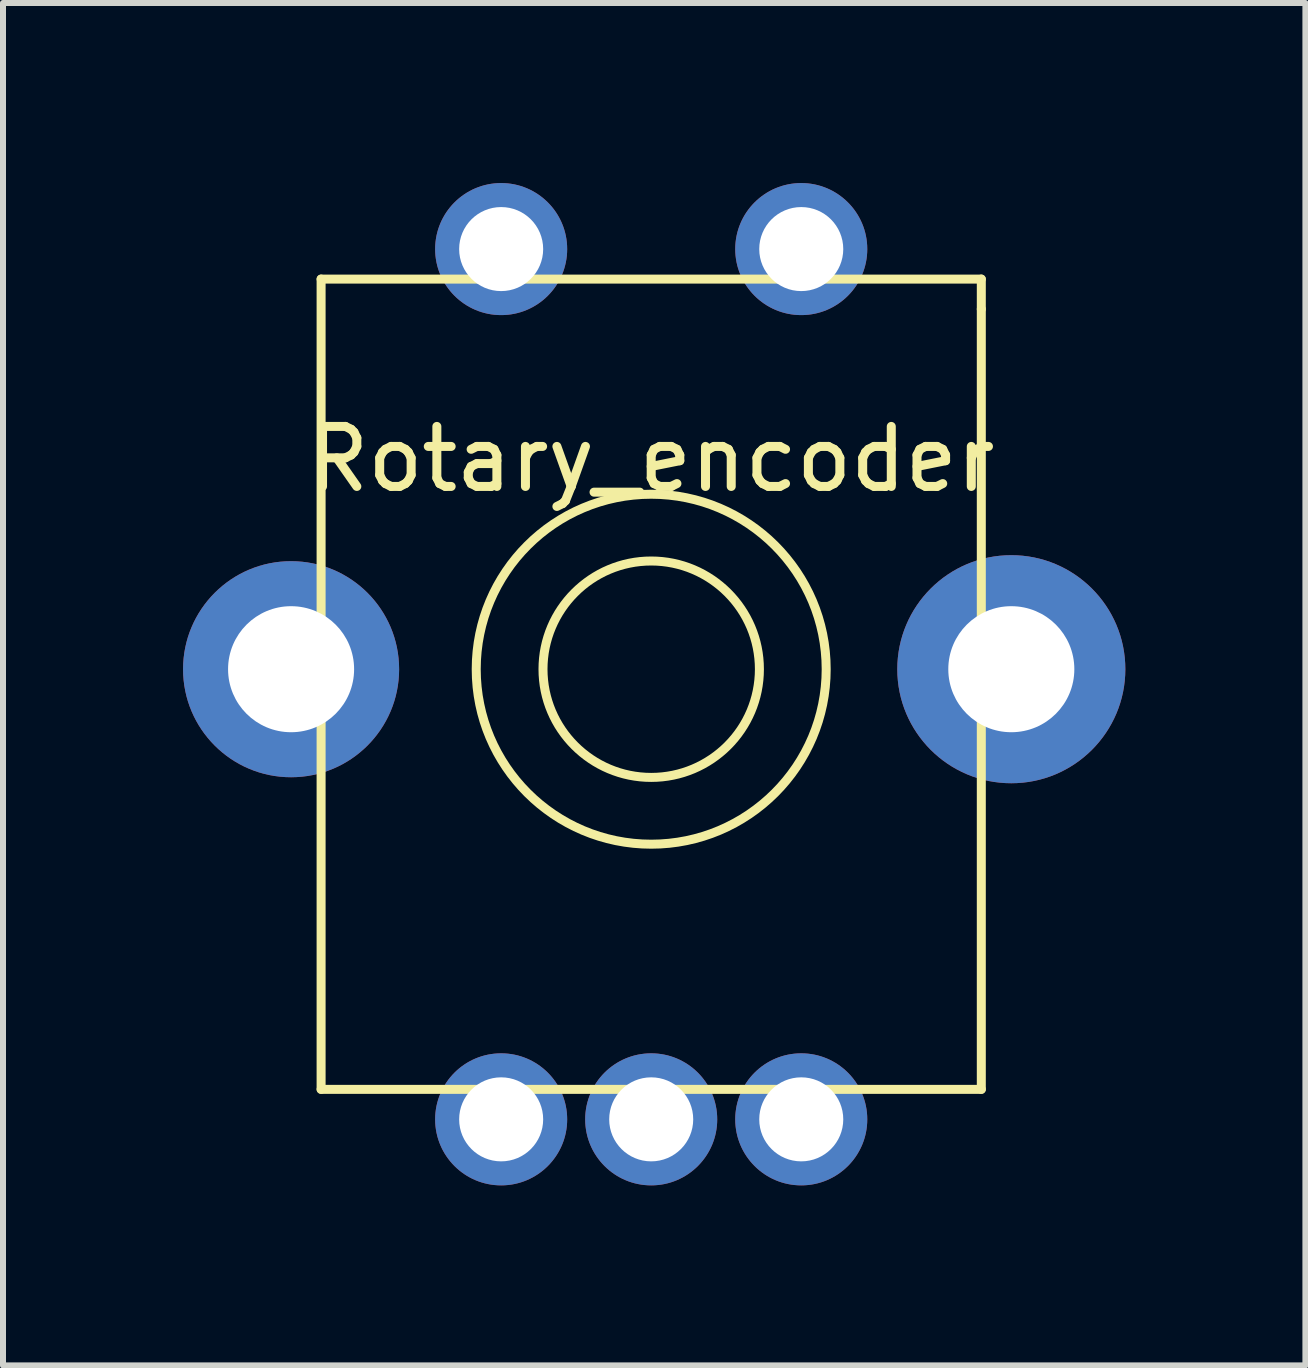
<source format=kicad_pcb>
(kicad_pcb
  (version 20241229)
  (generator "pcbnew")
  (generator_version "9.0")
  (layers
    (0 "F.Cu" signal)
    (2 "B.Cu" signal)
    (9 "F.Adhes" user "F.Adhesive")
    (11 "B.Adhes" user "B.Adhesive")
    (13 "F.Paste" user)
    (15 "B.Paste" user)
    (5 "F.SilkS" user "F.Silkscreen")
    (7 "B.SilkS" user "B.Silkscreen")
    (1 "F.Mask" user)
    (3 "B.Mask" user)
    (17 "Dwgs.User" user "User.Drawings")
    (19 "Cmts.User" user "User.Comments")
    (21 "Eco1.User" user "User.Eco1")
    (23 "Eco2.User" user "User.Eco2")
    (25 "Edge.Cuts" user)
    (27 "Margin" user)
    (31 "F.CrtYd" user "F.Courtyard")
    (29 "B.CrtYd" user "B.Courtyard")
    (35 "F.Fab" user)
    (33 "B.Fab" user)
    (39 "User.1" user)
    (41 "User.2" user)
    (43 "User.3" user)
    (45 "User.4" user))
  (footprint "Rotary_encoder"
    (layer "F.Cu")
    (at 7.8 8.1)
    (property "Reference" "Rotary_encoder" (at 0 -3.5 0) (layer "F.SilkS") (effects (font (size 1 1) (thickness 0.15))))
    (attr through_hole)
    (fp_line (start -5.5 -6.5) (end -5.5 7) (stroke (width 0.15) (type solid)) (layer "F.SilkS"))
    (fp_line (start -5.5 7) (end 5.5 7) (stroke (width 0.15) (type solid)) (layer "F.SilkS"))
    (fp_line (start 5.5 -6.5) (end -5.5 -6.5) (stroke (width 0.15) (type solid)) (layer "F.SilkS"))
    (fp_line (start 5.5 -6) (end 5.5 -6.5) (stroke (width 0.15) (type solid)) (layer "F.SilkS"))
    (fp_line (start 5.5 7) (end 5.5 -6) (stroke (width 0.15) (type solid)) (layer "F.SilkS"))
    (fp_circle (center 0 0) (end 1.5 -1) (stroke (width 0.15) (type solid)) (fill no) (layer "F.SilkS"))
    (fp_circle (center 0 0) (end 2.5 -1.5) (stroke (width 0.15) (type solid)) (fill no) (layer "F.SilkS"))
    (pad "" thru_hole oval (at -6 0) (size 3.6 3.6) (drill oval 2.1) (layers "*.Cu" "*.Mask"))
    (pad "" thru_hole oval (at 6 0) (size 3.8 3.8) (drill oval 2.1) (layers "*.Cu" "*.Mask"))
    (pad "1" thru_hole circle (at -2.5 7.5) (size 2.2 2.2) (drill 1.4) (layers "*.Cu" "*.Mask"))
    (pad "2" thru_hole circle (at 0 7.5) (size 2.2 2.2) (drill 1.4) (layers "*.Cu" "*.Mask"))
    (pad "3" thru_hole circle (at 2.5 7.5) (size 2.2 2.2) (drill 1.4) (layers "*.Cu" "*.Mask"))
    (pad "4" thru_hole circle (at -2.5 -7) (size 2.2 2.2) (drill 1.4) (layers "*.Cu" "*.Mask"))
    (pad "5" thru_hole circle (at 2.5 -7) (size 2.2 2.2) (drill 1.4) (layers "*.Cu" "*.Mask")))
  (gr_rect
    (start -3 -3)
    (end 18.7 19.7)
    (stroke (width 0.1) (type default))
    (fill no)
    (layer "Edge.Cuts")))
</source>
